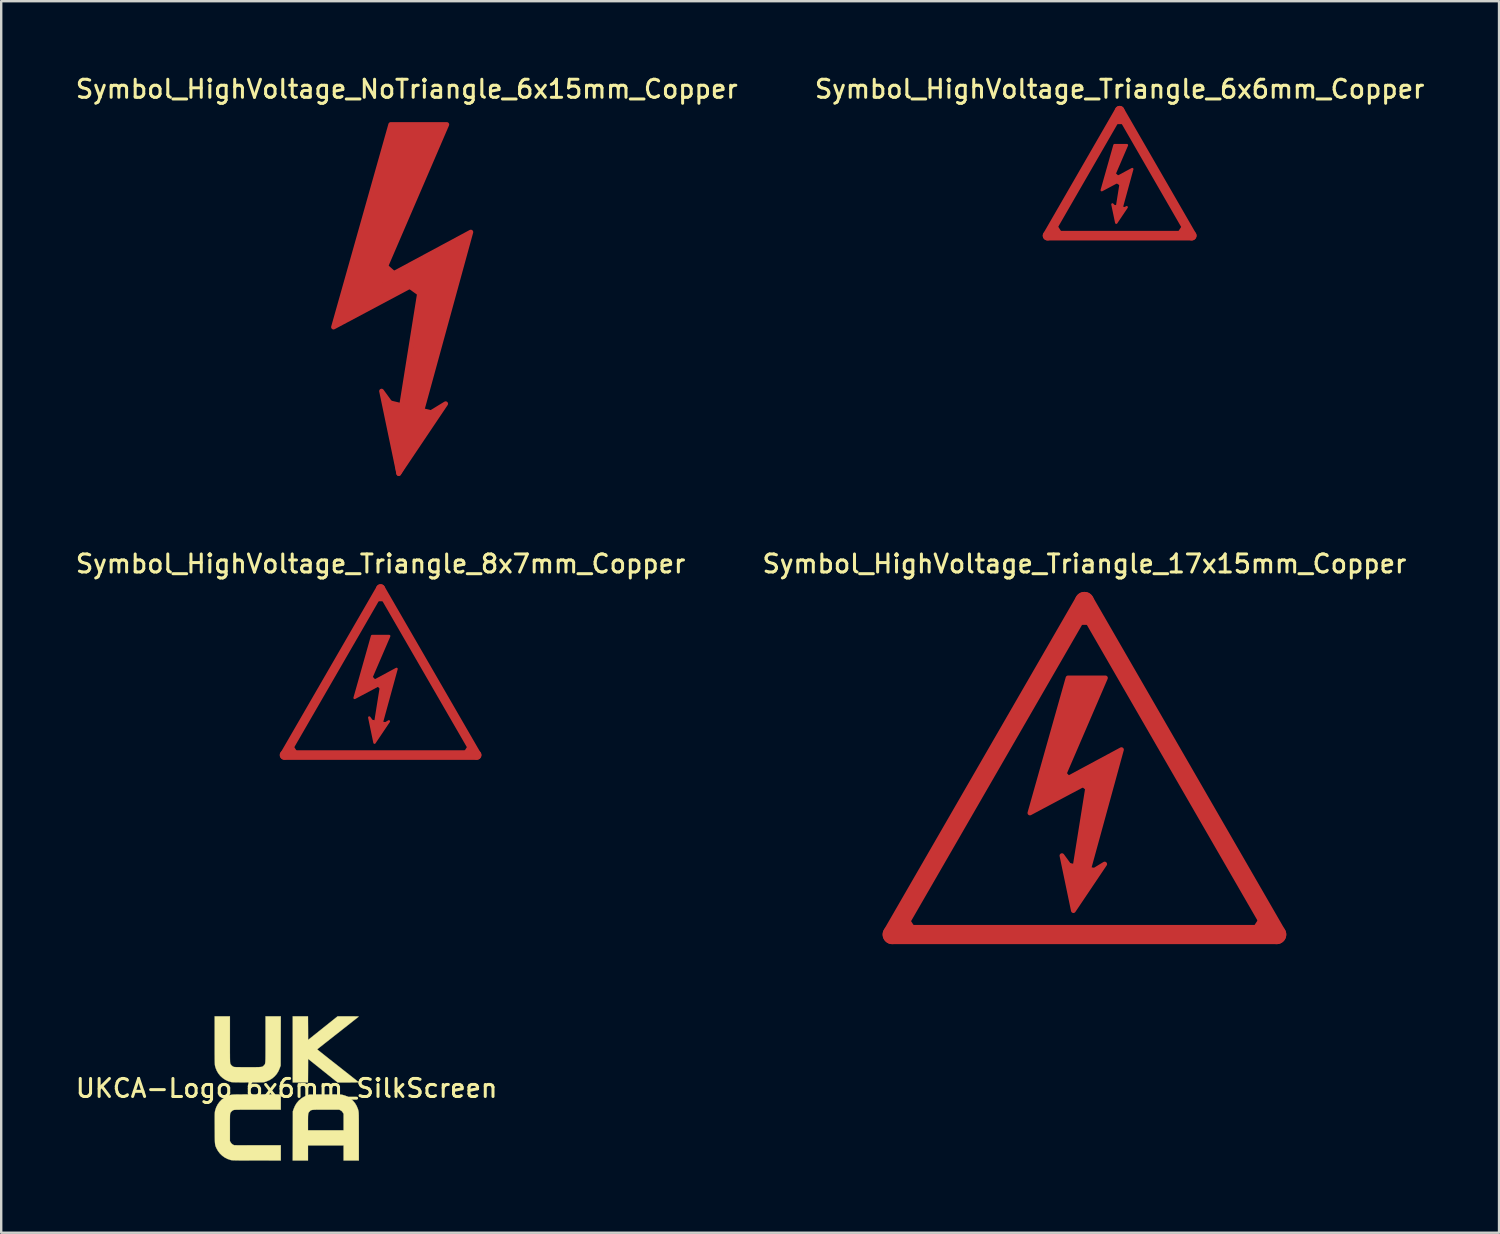
<source format=kicad_pcb>
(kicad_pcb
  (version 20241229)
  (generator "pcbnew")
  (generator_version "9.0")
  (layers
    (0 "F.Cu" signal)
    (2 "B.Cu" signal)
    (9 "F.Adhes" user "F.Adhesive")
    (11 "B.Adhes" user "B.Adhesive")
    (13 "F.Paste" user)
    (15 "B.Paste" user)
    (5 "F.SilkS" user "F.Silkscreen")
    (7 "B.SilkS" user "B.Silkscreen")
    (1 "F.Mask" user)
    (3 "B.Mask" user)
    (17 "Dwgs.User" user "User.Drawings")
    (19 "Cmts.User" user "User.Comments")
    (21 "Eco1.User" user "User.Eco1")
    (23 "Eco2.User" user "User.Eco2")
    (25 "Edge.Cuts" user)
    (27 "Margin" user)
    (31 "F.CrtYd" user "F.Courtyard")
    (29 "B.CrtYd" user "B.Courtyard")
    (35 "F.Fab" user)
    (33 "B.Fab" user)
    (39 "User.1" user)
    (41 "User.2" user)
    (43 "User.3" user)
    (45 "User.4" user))
  (footprint "Symbol_HighVoltage_Triangle_8x7mm_Copper"
    (layer "F.Cu")
    (at 12.791 24.917)
    (property "Reference" "Symbol_HighVoltage_Triangle_8x7mm_Copper" (at 0 -4.5 0) (layer "F.SilkS") (effects (font (size 0.75 0.75) (thickness 0.125))))
    (attr exclude_from_pos_files exclude_from_bom allow_missing_courtyard)
    (fp_line (start -4 3.46) (end 0 -3.46) (stroke (width 0.381) (type solid)) (layer "F.Cu"))
    (fp_line (start -3.51 3.44) (end -3.776 3.031) (stroke (width 0.2) (type default)) (layer "F.Cu"))
    (fp_line (start -0.45 0.215) (end -0.24 0.44) (stroke (width 0.2) (type default)) (layer "F.Cu"))
    (fp_line (start -0.34 2.095) (end 0.17 2.185) (stroke (width 0.2) (type default)) (layer "F.Cu"))
    (fp_line (start -0.15 -3.04) (end 0.16 -3.04) (stroke (width 0.2) (type default)) (layer "F.Cu"))
    (fp_line (start -0.133 0.479) (end 0.113 0.681) (stroke (width 0.2) (type default)) (layer "F.Cu"))
    (fp_line (start 0 -3.46) (end 4 3.46) (stroke (width 0.381) (type solid)) (layer "F.Cu"))
    (fp_line (start 3.51 3.44) (end 3.776 3.031) (stroke (width 0.2) (type default)) (layer "F.Cu"))
    (fp_line (start 4 3.46) (end -4 3.46) (stroke (width 0.4) (type solid)) (layer "F.Cu"))
    (fp_poly (pts (xy -0.5 0.5) (xy 0.664 -0.126) (xy 0.009 2.261) (xy 0.344 2.057) (xy -0.253 2.945) (xy -0.471 1.897) (xy -0.238 2.217) (xy 0.038 0.485) (xy -1.082 1.082) (xy -0.354 -1.494) (xy 0.359 -1.494)) (stroke (width 0.1) (type solid)) (fill yes) (layer "F.Cu")))
  (footprint "Symbol_HighVoltage_Triangle_17x15mm_Copper"
    (layer "F.Cu")
    (at 42.087 28.917)
    (property "Reference" "Symbol_HighVoltage_Triangle_17x15mm_Copper" (at 0 -8.5 0) (layer "F.SilkS") (effects (font (size 0.75 0.75) (thickness 0.125))))
    (attr exclude_from_pos_files exclude_from_bom allow_missing_courtyard)
    (fp_line (start -8 6.93) (end 0 -6.93) (stroke (width 0.8) (type solid)) (layer "F.Cu"))
    (fp_line (start -7.127 6.695) (end -7.393 6.285) (stroke (width 0.2) (type default)) (layer "F.Cu"))
    (fp_line (start -0.91 0.16) (end -0.63 0.47) (stroke (width 0.2) (type default)) (layer "F.Cu"))
    (fp_line (start -0.64 4.05) (end 0.48 4.27) (stroke (width 0.2) (type default)) (layer "F.Cu"))
    (fp_line (start -0.63 0.47) (end -0.1 0.66) (stroke (width 0.2) (type default)) (layer "F.Cu"))
    (fp_line (start -0.26 -6.06) (end 0.26 -6.06) (stroke (width 0.2) (type default)) (layer "F.Cu"))
    (fp_line (start -0.1 0.66) (end 0.24 0.93) (stroke (width 0.2) (type default)) (layer "F.Cu"))
    (fp_line (start 7.107 6.675) (end 7.373 6.265) (stroke (width 0.2) (type default)) (layer "F.Cu"))
    (fp_line (start 8 6.93) (end -8 6.93) (stroke (width 0.8) (type solid)) (layer "F.Cu"))
    (fp_line (start 8 6.93) (end 0 -6.93) (stroke (width 0.8) (type solid)) (layer "F.Cu"))
    (fp_poly (pts (xy -1 0.6) (xy 1.54 -0.765) (xy 0.111 4.442) (xy 0.842 3.997) (xy -0.46 5.934) (xy -0.936 3.648) (xy -0.428 4.346) (xy 0.175 0.568) (xy -2.27 1.87) (xy -0.683 -3.75) (xy 0.873 -3.75)) (stroke (width 0.2) (type solid)) (fill yes) (layer "F.Cu")))
  (footprint "UKCA-Logo_6x6mm_SilkScreen"
    (layer "F.Cu")
    (at 8.88 42.247)
    (property "Reference" "UKCA-Logo_6x6mm_SilkScreen" (at 0 0 0) (layer "F.SilkS") (effects (font (size 0.75 0.75) (thickness 0.125))))
    (attr exclude_from_pos_files exclude_from_bom allow_missing_courtyard)
    (fp_poly (pts (xy 0.892 -2.504) (xy 0.894 -2.013) (xy 2.122 -2.995) (xy 2.566 -2.995) (xy 2.676 -2.995) (xy 2.766 -2.995) (xy 2.838 -2.994) (xy 2.895 -2.993) (xy 2.937 -2.992) (xy 2.966 -2.991) (xy 2.985 -2.988) (xy 2.994 -2.986) (xy 2.996 -2.982) (xy 2.995 -2.98) (xy 2.984 -2.972) (xy 2.959 -2.951) (xy 2.918 -2.919) (xy 2.865 -2.877) (xy 2.799 -2.825) (xy 2.722 -2.764) (xy 2.636 -2.696) (xy 2.541 -2.621) (xy 2.438 -2.54) (xy 2.328 -2.454) (xy 2.214 -2.364) (xy 2.127 -2.296) (xy 2.01 -2.204) (xy 1.897 -2.115) (xy 1.79 -2.031) (xy 1.69 -1.952) (xy 1.598 -1.88) (xy 1.515 -1.814) (xy 1.443 -1.757) (xy 1.381 -1.708) (xy 1.333 -1.67) (xy 1.298 -1.642) (xy 1.278 -1.625) (xy 1.273 -1.621) (xy 1.281 -1.613) (xy 1.304 -1.594) (xy 1.342 -1.563) (xy 1.394 -1.522) (xy 1.457 -1.471) (xy 1.532 -1.412) (xy 1.617 -1.344) (xy 1.711 -1.27) (xy 1.813 -1.189) (xy 1.921 -1.104) (xy 2.036 -1.014) (xy 2.134 -0.937) (xy 2.252 -0.844) (xy 2.366 -0.754) (xy 2.474 -0.669) (xy 2.575 -0.59) (xy 2.668 -0.516) (xy 2.752 -0.45) (xy 2.826 -0.392) (xy 2.888 -0.343) (xy 2.938 -0.303) (xy 2.974 -0.274) (xy 2.996 -0.257) (xy 3.002 -0.251) (xy 2.993 -0.25) (xy 2.965 -0.248) (xy 2.92 -0.247) (xy 2.86 -0.245) (xy 2.788 -0.245) (xy 2.705 -0.244) (xy 2.614 -0.243) (xy 2.564 -0.243) (xy 2.122 -0.243) (xy 0.894 -1.226) (xy 0.892 -0.734) (xy 0.889 -0.243) (xy 0.254 -0.243) (xy 0.254 -2.995) (xy 0.889 -2.995) (xy 0.892 -2.504)) (stroke (width 0.01) (type solid)) (fill yes) (layer "F.SilkS"))
    (fp_poly (pts (xy 2.024 0.255) (xy 2.092 0.256) (xy 2.148 0.257) (xy 2.194 0.258) (xy 2.23 0.26) (xy 2.26 0.263) (xy 2.284 0.265) (xy 2.305 0.269) (xy 2.311 0.27) (xy 2.439 0.306) (xy 2.558 0.361) (xy 2.667 0.433) (xy 2.764 0.519) (xy 2.847 0.62) (xy 2.914 0.732) (xy 2.965 0.855) (xy 2.985 0.924) (xy 2.988 0.939) (xy 2.991 0.955) (xy 2.994 0.973) (xy 2.996 0.993) (xy 2.998 1.019) (xy 3 1.05) (xy 3.001 1.089) (xy 3.003 1.137) (xy 3.003 1.194) (xy 3.004 1.263) (xy 3.005 1.345) (xy 3.005 1.441) (xy 3.005 1.553) (xy 3.005 1.682) (xy 3.006 1.829) (xy 3.006 1.995) (xy 3.006 2.008) (xy 3.006 3.006) (xy 2.371 3.006) (xy 2.371 2.381) (xy 0.889 2.381) (xy 0.889 3.006) (xy 0.253 3.006) (xy 0.256 1.982) (xy 0.258 1.407) (xy 0.889 1.407) (xy 0.889 1.746) (xy 2.371 1.746) (xy 2.371 1.063) (xy 2.336 1.005) (xy 2.307 0.964) (xy 2.274 0.935) (xy 2.245 0.919) (xy 2.188 0.889) (xy 1.631 0.889) (xy 1.503 0.889) (xy 1.394 0.889) (xy 1.303 0.89) (xy 1.228 0.891) (xy 1.167 0.893) (xy 1.117 0.895) (xy 1.079 0.899) (xy 1.048 0.904) (xy 1.025 0.911) (xy 1.006 0.919) (xy 0.991 0.929) (xy 0.977 0.942) (xy 0.963 0.957) (xy 0.956 0.964) (xy 0.938 0.984) (xy 0.924 1.002) (xy 0.913 1.022) (xy 0.904 1.045) (xy 0.898 1.075) (xy 0.894 1.114) (xy 0.891 1.164) (xy 0.89 1.228) (xy 0.889 1.308) (xy 0.889 1.407) (xy 0.258 1.407) (xy 0.259 0.958) (xy 0.294 0.857) (xy 0.35 0.727) (xy 0.421 0.611) (xy 0.509 0.509) (xy 0.611 0.422) (xy 0.727 0.35) (xy 0.857 0.294) (xy 0.857 0.294) (xy 0.958 0.259) (xy 1.593 0.256) (xy 1.728 0.256) (xy 1.844 0.255) (xy 1.942 0.255) (xy 2.024 0.255)) (stroke (width 0.01) (type solid)) (fill yes) (layer "F.SilkS"))
    (fp_poly (pts (xy -2.36 -2.026) (xy -2.36 -1.861) (xy -2.36 -1.716) (xy -2.36 -1.589) (xy -2.36 -1.48) (xy -2.359 -1.386) (xy -2.359 -1.307) (xy -2.358 -1.241) (xy -2.357 -1.186) (xy -2.356 -1.143) (xy -2.355 -1.108) (xy -2.353 -1.081) (xy -2.351 -1.061) (xy -2.349 -1.046) (xy -2.346 -1.034) (xy -2.343 -1.025) (xy -2.34 -1.018) (xy -2.338 -1.014) (xy -2.297 -0.955) (xy -2.243 -0.912) (xy -2.217 -0.898) (xy -2.207 -0.894) (xy -2.194 -0.89) (xy -2.178 -0.887) (xy -2.157 -0.885) (xy -2.128 -0.883) (xy -2.089 -0.882) (xy -2.04 -0.88) (xy -1.978 -0.88) (xy -1.902 -0.879) (xy -1.809 -0.879) (xy -1.698 -0.879) (xy -1.619 -0.879) (xy -1.491 -0.879) (xy -1.383 -0.879) (xy -1.292 -0.879) (xy -1.217 -0.88) (xy -1.155 -0.882) (xy -1.106 -0.885) (xy -1.068 -0.889) (xy -1.037 -0.894) (xy -1.014 -0.9) (xy -0.996 -0.909) (xy -0.98 -0.919) (xy -0.967 -0.931) (xy -0.952 -0.946) (xy -0.945 -0.954) (xy -0.934 -0.965) (xy -0.924 -0.976) (xy -0.916 -0.986) (xy -0.908 -0.998) (xy -0.902 -1.012) (xy -0.896 -1.031) (xy -0.892 -1.056) (xy -0.888 -1.087) (xy -0.885 -1.126) (xy -0.883 -1.174) (xy -0.881 -1.234) (xy -0.88 -1.305) (xy -0.879 -1.39) (xy -0.879 -1.49) (xy -0.878 -1.605) (xy -0.878 -1.738) (xy -0.878 -1.89) (xy -0.878 -2.032) (xy -0.878 -2.995) (xy -0.243 -2.995) (xy -0.246 -1.971) (xy -0.249 -0.947) (xy -0.284 -0.847) (xy -0.339 -0.716) (xy -0.41 -0.6) (xy -0.497 -0.499) (xy -0.598 -0.412) (xy -0.714 -0.34) (xy -0.845 -0.284) (xy -0.847 -0.284) (xy -0.947 -0.249) (xy -1.593 -0.247) (xy -1.732 -0.246) (xy -1.852 -0.246) (xy -1.954 -0.246) (xy -2.04 -0.247) (xy -2.111 -0.248) (xy -2.168 -0.249) (xy -2.214 -0.251) (xy -2.25 -0.253) (xy -2.278 -0.255) (xy -2.299 -0.258) (xy -2.306 -0.26) (xy -2.435 -0.298) (xy -2.555 -0.355) (xy -2.664 -0.429) (xy -2.761 -0.517) (xy -2.843 -0.619) (xy -2.909 -0.733) (xy -2.958 -0.856) (xy -2.974 -0.913) (xy -2.978 -0.928) (xy -2.981 -0.944) (xy -2.983 -0.962) (xy -2.986 -0.983) (xy -2.988 -1.008) (xy -2.989 -1.04) (xy -2.991 -1.079) (xy -2.992 -1.126) (xy -2.993 -1.184) (xy -2.994 -1.253) (xy -2.994 -1.335) (xy -2.995 -1.431) (xy -2.995 -1.543) (xy -2.995 -1.671) (xy -2.995 -1.818) (xy -2.995 -1.985) (xy -2.995 -1.998) (xy -2.995 -2.995) (xy -2.36 -2.995) (xy -2.36 -2.026)) (stroke (width 0.01) (type solid)) (fill yes) (layer "F.SilkS"))
    (fp_poly (pts (xy -0.243 0.889) (xy -1.209 0.889) (xy -1.374 0.889) (xy -1.52 0.889) (xy -1.647 0.89) (xy -1.756 0.89) (xy -1.85 0.89) (xy -1.93 0.891) (xy -1.996 0.892) (xy -2.05 0.892) (xy -2.094 0.894) (xy -2.129 0.895) (xy -2.156 0.897) (xy -2.176 0.899) (xy -2.192 0.901) (xy -2.203 0.904) (xy -2.212 0.907) (xy -2.217 0.909) (xy -2.278 0.947) (xy -2.324 1) (xy -2.338 1.025) (xy -2.343 1.035) (xy -2.347 1.046) (xy -2.35 1.059) (xy -2.353 1.076) (xy -2.355 1.1) (xy -2.357 1.132) (xy -2.358 1.173) (xy -2.359 1.226) (xy -2.36 1.292) (xy -2.36 1.373) (xy -2.36 1.471) (xy -2.36 1.588) (xy -2.36 1.632) (xy -2.36 2.196) (xy -2.328 2.251) (xy -2.296 2.297) (xy -2.254 2.331) (xy -2.241 2.339) (xy -2.185 2.37) (xy -1.214 2.371) (xy -0.243 2.371) (xy -0.243 3.006) (xy -1.246 3.005) (xy -1.415 3.005) (xy -1.564 3.005) (xy -1.694 3.004) (xy -1.807 3.004) (xy -1.905 3.004) (xy -1.988 3.003) (xy -2.058 3.002) (xy -2.117 3.001) (xy -2.166 3) (xy -2.205 2.999) (xy -2.237 2.997) (xy -2.263 2.995) (xy -2.284 2.993) (xy -2.302 2.99) (xy -2.317 2.987) (xy -2.332 2.984) (xy -2.334 2.983) (xy -2.458 2.942) (xy -2.574 2.883) (xy -2.681 2.806) (xy -2.776 2.715) (xy -2.856 2.611) (xy -2.911 2.514) (xy -2.926 2.482) (xy -2.939 2.454) (xy -2.951 2.427) (xy -2.96 2.401) (xy -2.968 2.373) (xy -2.974 2.342) (xy -2.979 2.305) (xy -2.983 2.261) (xy -2.986 2.207) (xy -2.988 2.143) (xy -2.99 2.066) (xy -2.991 1.975) (xy -2.991 1.867) (xy -2.992 1.741) (xy -2.993 1.659) (xy -2.993 1.526) (xy -2.994 1.412) (xy -2.994 1.316) (xy -2.994 1.236) (xy -2.994 1.169) (xy -2.993 1.115) (xy -2.992 1.071) (xy -2.99 1.035) (xy -2.988 1.007) (xy -2.985 0.983) (xy -2.982 0.962) (xy -2.978 0.943) (xy -2.974 0.923) (xy -2.933 0.796) (xy -2.874 0.678) (xy -2.799 0.571) (xy -2.709 0.477) (xy -2.606 0.397) (xy -2.491 0.333) (xy -2.366 0.286) (xy -2.301 0.27) (xy -2.286 0.267) (xy -2.266 0.265) (xy -2.239 0.263) (xy -2.206 0.261) (xy -2.163 0.259) (xy -2.111 0.258) (xy -2.047 0.257) (xy -1.971 0.256) (xy -1.881 0.256) (xy -1.776 0.255) (xy -1.655 0.255) (xy -1.516 0.254) (xy -1.358 0.254) (xy -1.236 0.254) (xy -0.243 0.254) (xy -0.243 0.889)) (stroke (width 0.01) (type solid)) (fill yes) (layer "F.SilkS")))
  (footprint "Symbol_HighVoltage_Triangle_6x6mm_Copper"
    (layer "F.Cu")
    (at 43.552 4.158)
    (property "Reference" "Symbol_HighVoltage_Triangle_6x6mm_Copper" (at 0 -3.5 0) (layer "F.SilkS") (effects (font (size 0.75 0.75) (thickness 0.125))))
    (attr exclude_from_pos_files exclude_from_bom allow_missing_courtyard)
    (fp_line (start -3 2.6) (end 0 -2.6) (stroke (width 0.4) (type solid)) (layer "F.Cu"))
    (fp_line (start -2.457 2.565) (end -2.723 2.155) (stroke (width 0.2) (type default)) (layer "F.Cu"))
    (fp_line (start -0.28 0.03) (end -0.08 0.21) (stroke (width 0.2) (type default)) (layer "F.Cu"))
    (fp_line (start -0.26 1.36) (end 0.21 1.46) (stroke (width 0.102) (type default)) (layer "F.Cu"))
    (fp_line (start -0.135 0.295) (end 0.115 0.465) (stroke (width 0.2) (type default)) (layer "F.Cu"))
    (fp_line (start -0.125 -2.14) (end 0.125 -2.14) (stroke (width 0.2) (type default)) (layer "F.Cu"))
    (fp_line (start 0 -2.6) (end 3 2.6) (stroke (width 0.4) (type solid)) (layer "F.Cu"))
    (fp_line (start 2.467 2.565) (end 2.733 2.155) (stroke (width 0.2) (type default)) (layer "F.Cu"))
    (fp_line (start 3 2.6) (end -3 2.6) (stroke (width 0.4) (type solid)) (layer "F.Cu"))
    (fp_poly (pts (xy -0.321 0.284) (xy 0.525 -0.171) (xy 0.049 1.565) (xy 0.293 1.416) (xy -0.141 2.062) (xy -0.3 1.3) (xy -0.131 1.533) (xy 0.07 0.273) (xy -0.745 0.707) (xy -0.215 -1.166) (xy 0.303 -1.166)) (stroke (width 0.1) (type solid)) (fill yes) (layer "F.Cu")))
  (footprint "Symbol_HighVoltage_NoTriangle_6x15mm_Copper"
    (layer "F.Cu")
    (at 13.88 9.158)
    (property "Reference" "Symbol_HighVoltage_NoTriangle_6x15mm_Copper" (at 0 -8.5 0) (layer "F.SilkS") (effects (font (size 0.75 0.75) (thickness 0.125))))
    (attr exclude_from_pos_files exclude_from_bom allow_missing_courtyard)
    (fp_poly (pts (xy -0.77 4.54) (xy 1.07 4.98) (xy -0.333 7.501)) (stroke (width 0.2) (type solid)) (fill yes) (layer "F.Cu"))
    (fp_poly (pts (xy 0.619 -0.548) (xy 0.13 -0.28) (xy 0.55 0.02)) (stroke (width 0.2) (type solid)) (fill yes) (layer "F.Cu"))
    (fp_poly (pts (xy -0.88 -1.14) (xy -1.143 -0.5) (xy -0.52 -0.81) (xy -0.89 -1.14)) (stroke (width 0.2) (type solid)) (fill yes) (layer "F.Cu"))
    (fp_poly (pts (xy -1.143 -0.5) (xy 2.667 -2.548) (xy 0.524 5.263) (xy 1.619 4.596) (xy -0.333 7.501) (xy -1.048 4.072) (xy -0.286 5.12) (xy 0.619 -0.548) (xy -3.048 1.405) (xy -0.667 -7.025) (xy 1.667 -7.025)) (stroke (width 0.2) (type solid)) (fill yes) (layer "F.Cu")))
  (gr_rect
    (start -3 -3)
    (end 59.343 48.258)
    (stroke (width 0.1) (type default))
    (fill no)
    (layer "Edge.Cuts")))
</source>
